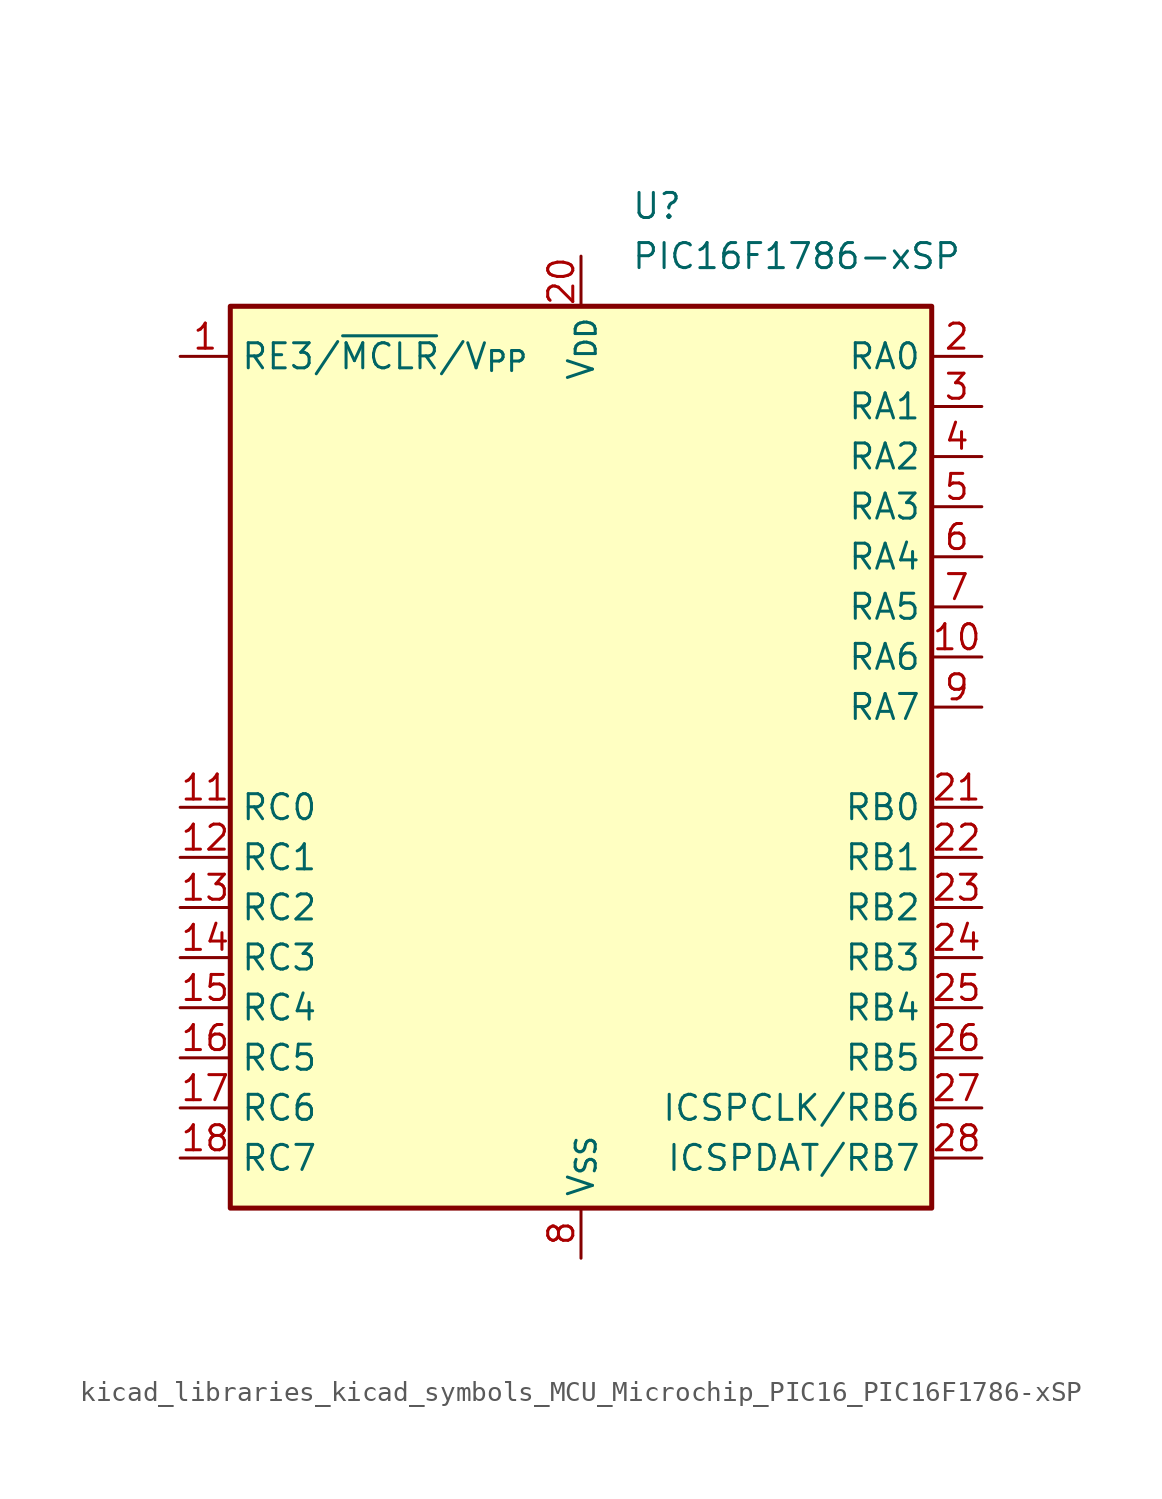
<source format=kicad_sym>
(kicad_symbol_lib
  (version 20220914)
  (generator kicad_symbol_editor)
  (symbol "kicad_libraries_kicad_symbols_MCU_Microchip_PIC16_PIC16F1786-xSP"
    (property "Reference" "U"
      (at 2.54 27.94 0)
      (effects (font (size 1.27 1.27)) (justify left)))
    (property "Value" "PIC16F1786-xSP"
      (at 2.54 25.4 0)
      (effects (font (size 1.27 1.27)) (justify left)))
    (symbol "kicad_libraries_kicad_symbols_MCU_Microchip_PIC16_PIC16F1786-xSP_0_1"
      (rectangle (start -17.78 -22.86) (end 17.78 22.86) (stroke (width 0.254) (type default)) (fill (type background))))
    (symbol "kicad_libraries_kicad_symbols_MCU_Microchip_PIC16_PIC16F1786-xSP_1_1"
      (pin input line (at -20.32 20.32 0) (length 2.54) (name "RE3/~{MCLR}/V_{PP}" (effects (font (size 1.27 1.27)))) (number "1" (effects (font (size 1.27 1.27)))))
      (pin bidirectional line (at 20.32 5.08 180) (length 2.54) (name "RA6" (effects (font (size 1.27 1.27)))) (number "10" (effects (font (size 1.27 1.27)))))
      (pin bidirectional line (at -20.32 -2.54 0) (length 2.54) (name "RC0" (effects (font (size 1.27 1.27)))) (number "11" (effects (font (size 1.27 1.27)))))
      (pin bidirectional line (at -20.32 -5.08 0) (length 2.54) (name "RC1" (effects (font (size 1.27 1.27)))) (number "12" (effects (font (size 1.27 1.27)))))
      (pin bidirectional line (at -20.32 -7.62 0) (length 2.54) (name "RC2" (effects (font (size 1.27 1.27)))) (number "13" (effects (font (size 1.27 1.27)))))
      (pin bidirectional line (at -20.32 -10.16 0) (length 2.54) (name "RC3" (effects (font (size 1.27 1.27)))) (number "14" (effects (font (size 1.27 1.27)))))
      (pin bidirectional line (at -20.32 -12.7 0) (length 2.54) (name "RC4" (effects (font (size 1.27 1.27)))) (number "15" (effects (font (size 1.27 1.27)))))
      (pin bidirectional line (at -20.32 -15.24 0) (length 2.54) (name "RC5" (effects (font (size 1.27 1.27)))) (number "16" (effects (font (size 1.27 1.27)))))
      (pin bidirectional line (at -20.32 -17.78 0) (length 2.54) (name "RC6" (effects (font (size 1.27 1.27)))) (number "17" (effects (font (size 1.27 1.27)))))
      (pin bidirectional line (at -20.32 -20.32 0) (length 2.54) (name "RC7" (effects (font (size 1.27 1.27)))) (number "18" (effects (font (size 1.27 1.27)))))
      (pin passive line (at 0 -25.4 90) (length 2.54) hide (name "V_{SS}" (effects (font (size 1.27 1.27)))) (number "19" (effects (font (size 1.27 1.27)))))
      (pin bidirectional line (at 20.32 20.32 180) (length 2.54) (name "RA0" (effects (font (size 1.27 1.27)))) (number "2" (effects (font (size 1.27 1.27)))))
      (pin power_in line (at 0 25.4 270) (length 2.54) (name "V_{DD}" (effects (font (size 1.27 1.27)))) (number "20" (effects (font (size 1.27 1.27)))))
      (pin bidirectional line (at 20.32 -2.54 180) (length 2.54) (name "RB0" (effects (font (size 1.27 1.27)))) (number "21" (effects (font (size 1.27 1.27)))))
      (pin bidirectional line (at 20.32 -5.08 180) (length 2.54) (name "RB1" (effects (font (size 1.27 1.27)))) (number "22" (effects (font (size 1.27 1.27)))))
      (pin bidirectional line (at 20.32 -7.62 180) (length 2.54) (name "RB2" (effects (font (size 1.27 1.27)))) (number "23" (effects (font (size 1.27 1.27)))))
      (pin bidirectional line (at 20.32 -10.16 180) (length 2.54) (name "RB3" (effects (font (size 1.27 1.27)))) (number "24" (effects (font (size 1.27 1.27)))))
      (pin bidirectional line (at 20.32 -12.7 180) (length 2.54) (name "RB4" (effects (font (size 1.27 1.27)))) (number "25" (effects (font (size 1.27 1.27)))))
      (pin bidirectional line (at 20.32 -15.24 180) (length 2.54) (name "RB5" (effects (font (size 1.27 1.27)))) (number "26" (effects (font (size 1.27 1.27)))))
      (pin bidirectional line (at 20.32 -17.78 180) (length 2.54) (name "ICSPCLK/RB6" (effects (font (size 1.27 1.27)))) (number "27" (effects (font (size 1.27 1.27)))))
      (pin bidirectional line (at 20.32 -20.32 180) (length 2.54) (name "ICSPDAT/RB7" (effects (font (size 1.27 1.27)))) (number "28" (effects (font (size 1.27 1.27)))))
      (pin bidirectional line (at 20.32 17.78 180) (length 2.54) (name "RA1" (effects (font (size 1.27 1.27)))) (number "3" (effects (font (size 1.27 1.27)))))
      (pin bidirectional line (at 20.32 15.24 180) (length 2.54) (name "RA2" (effects (font (size 1.27 1.27)))) (number "4" (effects (font (size 1.27 1.27)))))
      (pin bidirectional line (at 20.32 12.7 180) (length 2.54) (name "RA3" (effects (font (size 1.27 1.27)))) (number "5" (effects (font (size 1.27 1.27)))))
      (pin bidirectional line (at 20.32 10.16 180) (length 2.54) (name "RA4" (effects (font (size 1.27 1.27)))) (number "6" (effects (font (size 1.27 1.27)))))
      (pin bidirectional line (at 20.32 7.62 180) (length 2.54) (name "RA5" (effects (font (size 1.27 1.27)))) (number "7" (effects (font (size 1.27 1.27)))))
      (pin power_in line (at 0 -25.4 90) (length 2.54) (name "V_{SS}" (effects (font (size 1.27 1.27)))) (number "8" (effects (font (size 1.27 1.27)))))
      (pin bidirectional line (at 20.32 2.54 180) (length 2.54) (name "RA7" (effects (font (size 1.27 1.27)))) (number "9" (effects (font (size 1.27 1.27))))))))
</source>
